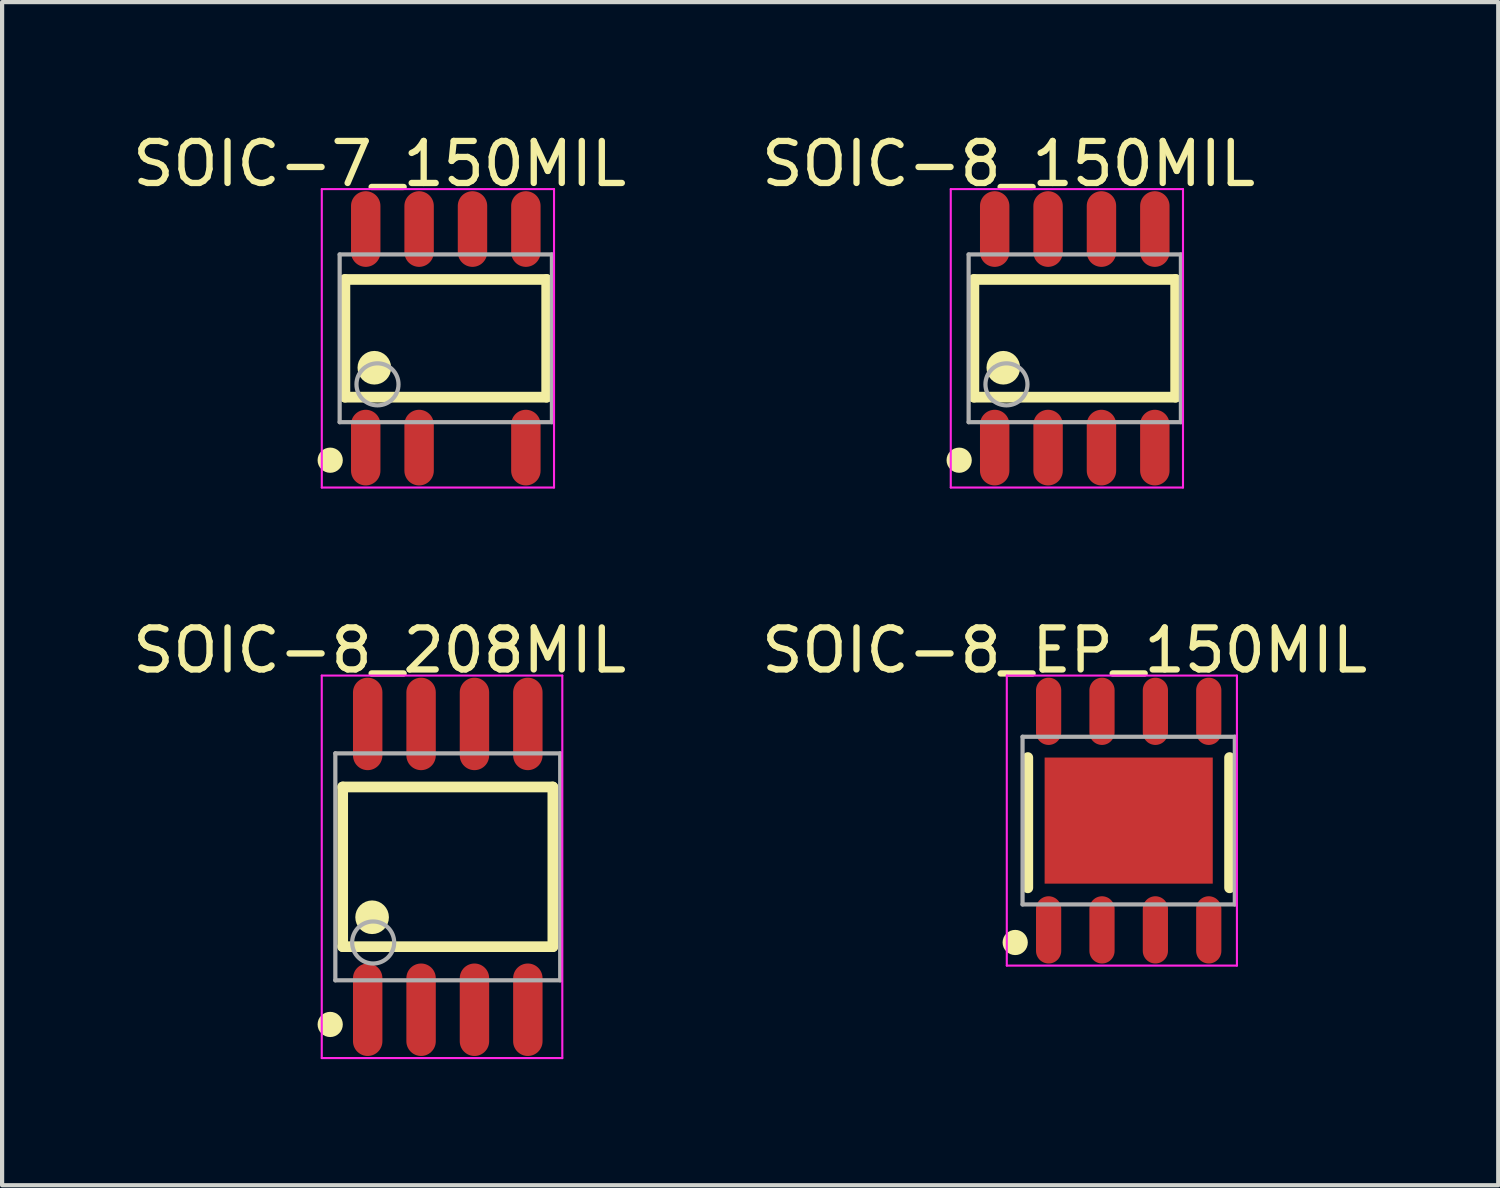
<source format=kicad_pcb>
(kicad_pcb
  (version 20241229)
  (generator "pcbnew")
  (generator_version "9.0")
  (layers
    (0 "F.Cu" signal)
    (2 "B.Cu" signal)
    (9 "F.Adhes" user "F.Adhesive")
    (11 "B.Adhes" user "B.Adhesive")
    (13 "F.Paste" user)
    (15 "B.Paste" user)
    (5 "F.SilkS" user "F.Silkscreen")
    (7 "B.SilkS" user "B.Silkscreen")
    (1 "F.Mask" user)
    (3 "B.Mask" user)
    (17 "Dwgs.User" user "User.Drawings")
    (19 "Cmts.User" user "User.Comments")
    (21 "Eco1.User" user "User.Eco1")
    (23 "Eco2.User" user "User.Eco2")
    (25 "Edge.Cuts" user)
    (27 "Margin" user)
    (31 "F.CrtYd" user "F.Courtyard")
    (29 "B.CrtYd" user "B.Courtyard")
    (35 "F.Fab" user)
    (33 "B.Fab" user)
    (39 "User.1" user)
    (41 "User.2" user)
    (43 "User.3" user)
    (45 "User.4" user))
  (footprint "SOIC-8_EP_150MIL"
    (layer "F.Cu")
    (at 23.803 16.473)
    (property "Reference" "SOIC-8_EP_150MIL" (at -1.524 -4.051 0) (layer "F.SilkS") (effects (font (size 1 1) (thickness 0.15))))
    (attr through_hole)
    (fp_line (start -2.4 1.6) (end -2.4 -1.5) (stroke (width 0.254) (type solid)) (layer "F.SilkS"))
    (fp_line (start 2.4 1.6) (end 2.4 -1.5) (stroke (width 0.254) (type solid)) (layer "F.SilkS"))
    (fp_circle (center -2.7 2.9) (end -2.55 2.9) (stroke (width 0.3) (type solid)) (fill no) (layer "F.SilkS"))
    (fp_line (start -2.9 -3.45) (end 2.575 -3.45) (stroke (width 0.05) (type solid)) (layer "F.CrtYd"))
    (fp_line (start -2.9 3.45) (end -2.9 -3.45) (stroke (width 0.05) (type solid)) (layer "F.CrtYd"))
    (fp_line (start 2.575 -3.45) (end 2.575 3.45) (stroke (width 0.05) (type solid)) (layer "F.CrtYd"))
    (fp_line (start 2.575 3.45) (end -2.9 3.45) (stroke (width 0.05) (type solid)) (layer "F.CrtYd"))
    (fp_line (start -2.525 -1.995) (end 2.525 -1.995) (stroke (width 0.1) (type solid)) (layer "F.Fab"))
    (fp_line (start -2.525 1.995) (end -2.525 -1.995) (stroke (width 0.1) (type solid)) (layer "F.Fab"))
    (fp_line (start -2.525 1.995) (end 2.525 1.995) (stroke (width 0.1) (type solid)) (layer "F.Fab"))
    (fp_line (start 2.525 1.995) (end 2.525 -1.995) (stroke (width 0.1) (type solid)) (layer "F.Fab"))
    (pad "0" smd rect (at 0 0 180) (size 4 3) (layers "F.Cu" "F.Mask" "F.Paste"))
    (pad "1" smd oval (at -1.905 2.6 180) (size 0.6 1.6) (layers "F.Cu" "F.Mask" "F.Paste"))
    (pad "2" smd oval (at -0.635 2.6 180) (size 0.6 1.6) (layers "F.Cu" "F.Mask" "F.Paste"))
    (pad "3" smd oval (at 0.635 2.6 180) (size 0.6 1.6) (layers "F.Cu" "F.Mask" "F.Paste"))
    (pad "4" smd oval (at 1.905 2.6 180) (size 0.6 1.6) (layers "F.Cu" "F.Mask" "F.Paste"))
    (pad "5" smd oval (at 1.905 -2.6 180) (size 0.6 1.6) (layers "F.Cu" "F.Mask" "F.Paste"))
    (pad "6" smd oval (at 0.635 -2.6 180) (size 0.6 1.6) (layers "F.Cu" "F.Mask" "F.Paste"))
    (pad "7" smd oval (at -0.635 -2.6 180) (size 0.6 1.6) (layers "F.Cu" "F.Mask" "F.Paste"))
    (pad "8" smd oval (at -1.905 -2.6 180) (size 0.6 1.6) (layers "F.Cu" "F.Mask" "F.Paste")))
  (footprint "SOIC-7_150MIL"
    (layer "F.Cu")
    (at 7.556 4.999)
    (property "Reference" "SOIC-7_150MIL" (at -1.574 -4.151 0) (layer "F.SilkS") (effects (font (size 1 1) (thickness 0.15))))
    (attr through_hole)
    (fp_line (start -2.4 -1.4) (end 2.4 -1.4) (stroke (width 0.254) (type solid)) (layer "F.SilkS"))
    (fp_line (start -2.4 1.4) (end -2.4 -1.4) (stroke (width 0.254) (type solid)) (layer "F.SilkS"))
    (fp_line (start -2.4 1.4) (end 2.4 1.4) (stroke (width 0.254) (type solid)) (layer "F.SilkS"))
    (fp_line (start 2.4 1.4) (end 2.4 -1.4) (stroke (width 0.254) (type solid)) (layer "F.SilkS"))
    (fp_circle (center -2.75 2.9) (end -2.6 2.9) (stroke (width 0.3) (type solid)) (fill no) (layer "F.SilkS"))
    (fp_circle (center -1.7 0.7) (end -1.5 0.7) (stroke (width 0.4) (type solid)) (fill no) (layer "F.SilkS"))
    (fp_line (start -2.95 -3.55) (end 2.575 -3.55) (stroke (width 0.05) (type solid)) (layer "F.CrtYd"))
    (fp_line (start -2.95 3.55) (end -2.95 -3.55) (stroke (width 0.05) (type solid)) (layer "F.CrtYd"))
    (fp_line (start 2.575 -3.55) (end 2.575 3.55) (stroke (width 0.05) (type solid)) (layer "F.CrtYd"))
    (fp_line (start 2.575 3.55) (end -2.95 3.55) (stroke (width 0.05) (type solid)) (layer "F.CrtYd"))
    (fp_line (start -2.525 -1.995) (end 2.525 -1.995) (stroke (width 0.1) (type solid)) (layer "F.Fab"))
    (fp_line (start -2.525 1.995) (end -2.525 -1.995) (stroke (width 0.1) (type solid)) (layer "F.Fab"))
    (fp_line (start -2.525 1.995) (end 2.525 1.995) (stroke (width 0.1) (type solid)) (layer "F.Fab"))
    (fp_line (start 2.525 1.995) (end 2.525 -1.995) (stroke (width 0.1) (type solid)) (layer "F.Fab"))
    (fp_circle (center -1.625 1.095) (end -1.125 1.095) (stroke (width 0.1) (type solid)) (fill no) (layer "F.Fab"))
    (pad "1" smd oval (at -1.905 2.6 180) (size 0.7 1.8) (layers "F.Cu" "F.Mask" "F.Paste"))
    (pad "2" smd oval (at -0.635 2.6 180) (size 0.7 1.8) (layers "F.Cu" "F.Mask" "F.Paste"))
    (pad "4" smd oval (at 1.905 2.6 180) (size 0.7 1.8) (layers "F.Cu" "F.Mask" "F.Paste"))
    (pad "5" smd oval (at 1.905 -2.6 180) (size 0.7 1.8) (layers "F.Cu" "F.Mask" "F.Paste"))
    (pad "6" smd oval (at 0.635 -2.6 180) (size 0.7 1.8) (layers "F.Cu" "F.Mask" "F.Paste"))
    (pad "7" smd oval (at -0.635 -2.6 180) (size 0.7 1.8) (layers "F.Cu" "F.Mask" "F.Paste"))
    (pad "8" smd oval (at -1.905 -2.6 180) (size 0.7 1.8) (layers "F.Cu" "F.Mask" "F.Paste")))
  (footprint "SOIC-8_150MIL"
    (layer "F.Cu")
    (at 22.52 4.999)
    (property "Reference" "SOIC-8_150MIL" (at -1.574 -4.151 0) (layer "F.SilkS") (effects (font (size 1 1) (thickness 0.15))))
    (attr through_hole)
    (fp_line (start -2.4 -1.4) (end 2.4 -1.4) (stroke (width 0.254) (type solid)) (layer "F.SilkS"))
    (fp_line (start -2.4 1.4) (end -2.4 -1.4) (stroke (width 0.254) (type solid)) (layer "F.SilkS"))
    (fp_line (start -2.4 1.4) (end 2.4 1.4) (stroke (width 0.254) (type solid)) (layer "F.SilkS"))
    (fp_line (start 2.4 1.4) (end 2.4 -1.4) (stroke (width 0.254) (type solid)) (layer "F.SilkS"))
    (fp_circle (center -2.75 2.9) (end -2.6 2.9) (stroke (width 0.3) (type solid)) (fill no) (layer "F.SilkS"))
    (fp_circle (center -1.7 0.7) (end -1.5 0.7) (stroke (width 0.4) (type solid)) (fill no) (layer "F.SilkS"))
    (fp_line (start -2.95 -3.55) (end 2.575 -3.55) (stroke (width 0.05) (type solid)) (layer "F.CrtYd"))
    (fp_line (start -2.95 3.55) (end -2.95 -3.55) (stroke (width 0.05) (type solid)) (layer "F.CrtYd"))
    (fp_line (start 2.575 -3.55) (end 2.575 3.55) (stroke (width 0.05) (type solid)) (layer "F.CrtYd"))
    (fp_line (start 2.575 3.55) (end -2.95 3.55) (stroke (width 0.05) (type solid)) (layer "F.CrtYd"))
    (fp_line (start -2.525 -1.995) (end 2.525 -1.995) (stroke (width 0.1) (type solid)) (layer "F.Fab"))
    (fp_line (start -2.525 1.995) (end -2.525 -1.995) (stroke (width 0.1) (type solid)) (layer "F.Fab"))
    (fp_line (start -2.525 1.995) (end 2.525 1.995) (stroke (width 0.1) (type solid)) (layer "F.Fab"))
    (fp_line (start 2.525 1.995) (end 2.525 -1.995) (stroke (width 0.1) (type solid)) (layer "F.Fab"))
    (fp_circle (center -1.625 1.095) (end -1.125 1.095) (stroke (width 0.1) (type solid)) (fill no) (layer "F.Fab"))
    (pad "1" smd oval (at -1.905 2.6 180) (size 0.7 1.8) (layers "F.Cu" "F.Mask" "F.Paste"))
    (pad "2" smd oval (at -0.635 2.6 180) (size 0.7 1.8) (layers "F.Cu" "F.Mask" "F.Paste"))
    (pad "3" smd oval (at 0.635 2.6 180) (size 0.7 1.8) (layers "F.Cu" "F.Mask" "F.Paste"))
    (pad "4" smd oval (at 1.905 2.6 180) (size 0.7 1.8) (layers "F.Cu" "F.Mask" "F.Paste"))
    (pad "5" smd oval (at 1.905 -2.6 180) (size 0.7 1.8) (layers "F.Cu" "F.Mask" "F.Paste"))
    (pad "6" smd oval (at 0.635 -2.6 180) (size 0.7 1.8) (layers "F.Cu" "F.Mask" "F.Paste"))
    (pad "7" smd oval (at -0.635 -2.6 180) (size 0.7 1.8) (layers "F.Cu" "F.Mask" "F.Paste"))
    (pad "8" smd oval (at -1.905 -2.6 180) (size 0.7 1.8) (layers "F.Cu" "F.Mask" "F.Paste")))
  (footprint "SOIC-8_208MIL"
    (layer "F.Cu")
    (at 7.603 17.573)
    (property "Reference" "SOIC-8_208MIL" (at -1.621 -5.151 0) (layer "F.SilkS") (effects (font (size 1 1) (thickness 0.15))))
    (attr through_hole)
    (fp_line (start -2.5 -1.9) (end 2.5 -1.9) (stroke (width 0.254) (type solid)) (layer "F.SilkS"))
    (fp_line (start -2.5 1.9) (end -2.5 -1.9) (stroke (width 0.254) (type solid)) (layer "F.SilkS"))
    (fp_line (start -2.5 1.9) (end 2.5 1.9) (stroke (width 0.254) (type solid)) (layer "F.SilkS"))
    (fp_line (start 2.5 1.9) (end 2.5 -1.9) (stroke (width 0.254) (type solid)) (layer "F.SilkS"))
    (fp_circle (center -2.797 3.75) (end -2.647 3.75) (stroke (width 0.3) (type solid)) (fill no) (layer "F.SilkS"))
    (fp_circle (center -1.8 1.2) (end -1.6 1.2) (stroke (width 0.4) (type solid)) (fill no) (layer "F.SilkS"))
    (fp_line (start -2.998 -4.55) (end 2.725 -4.55) (stroke (width 0.05) (type solid)) (layer "F.CrtYd"))
    (fp_line (start -2.998 4.55) (end -2.998 -4.55) (stroke (width 0.05) (type solid)) (layer "F.CrtYd"))
    (fp_line (start 2.725 -4.55) (end 2.725 4.55) (stroke (width 0.05) (type solid)) (layer "F.CrtYd"))
    (fp_line (start 2.725 4.55) (end -2.998 4.55) (stroke (width 0.05) (type solid)) (layer "F.CrtYd"))
    (fp_line (start -2.675 -2.7) (end 2.675 -2.7) (stroke (width 0.1) (type solid)) (layer "F.Fab"))
    (fp_line (start -2.675 2.7) (end -2.675 -2.7) (stroke (width 0.1) (type solid)) (layer "F.Fab"))
    (fp_line (start -2.675 2.7) (end 2.675 2.7) (stroke (width 0.1) (type solid)) (layer "F.Fab"))
    (fp_line (start 2.675 2.7) (end 2.675 -2.7) (stroke (width 0.1) (type solid)) (layer "F.Fab"))
    (fp_circle (center -1.775 1.8) (end -1.275 1.8) (stroke (width 0.1) (type solid)) (fill no) (layer "F.Fab"))
    (pad "1" smd oval (at -1.905 3.4 180) (size 0.7 2.2) (layers "F.Cu" "F.Mask" "F.Paste"))
    (pad "2" smd oval (at -0.635 3.4 180) (size 0.7 2.2) (layers "F.Cu" "F.Mask" "F.Paste"))
    (pad "3" smd oval (at 0.635 3.4 180) (size 0.7 2.2) (layers "F.Cu" "F.Mask" "F.Paste"))
    (pad "4" smd oval (at 1.905 3.4 180) (size 0.7 2.2) (layers "F.Cu" "F.Mask" "F.Paste"))
    (pad "5" smd oval (at 1.905 -3.4 180) (size 0.7 2.2) (layers "F.Cu" "F.Mask" "F.Paste"))
    (pad "6" smd oval (at 0.635 -3.4 180) (size 0.7 2.2) (layers "F.Cu" "F.Mask" "F.Paste"))
    (pad "7" smd oval (at -0.635 -3.4 180) (size 0.7 2.2) (layers "F.Cu" "F.Mask" "F.Paste"))
    (pad "8" smd oval (at -1.905 -3.4 180) (size 0.7 2.2) (layers "F.Cu" "F.Mask" "F.Paste")))
  (gr_rect
    (start -3 -3)
    (end 32.595 25.148)
    (stroke (width 0.1) (type default))
    (fill no)
    (layer "Edge.Cuts")))
</source>
